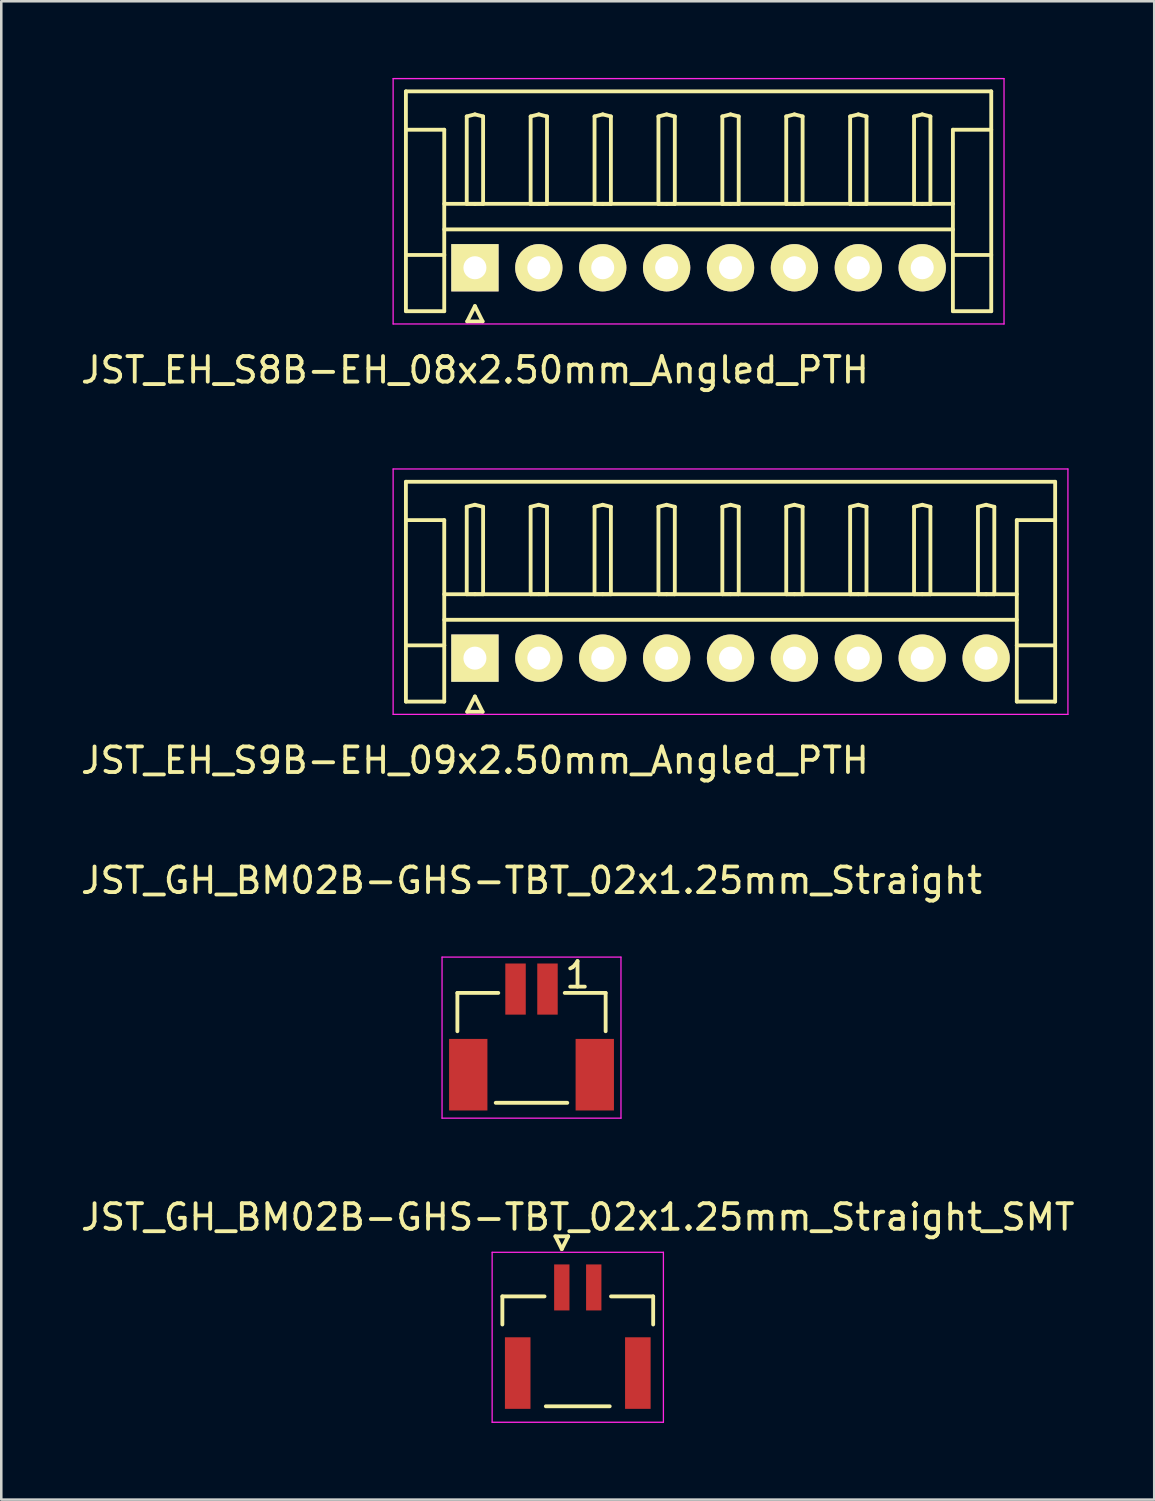
<source format=kicad_pcb>
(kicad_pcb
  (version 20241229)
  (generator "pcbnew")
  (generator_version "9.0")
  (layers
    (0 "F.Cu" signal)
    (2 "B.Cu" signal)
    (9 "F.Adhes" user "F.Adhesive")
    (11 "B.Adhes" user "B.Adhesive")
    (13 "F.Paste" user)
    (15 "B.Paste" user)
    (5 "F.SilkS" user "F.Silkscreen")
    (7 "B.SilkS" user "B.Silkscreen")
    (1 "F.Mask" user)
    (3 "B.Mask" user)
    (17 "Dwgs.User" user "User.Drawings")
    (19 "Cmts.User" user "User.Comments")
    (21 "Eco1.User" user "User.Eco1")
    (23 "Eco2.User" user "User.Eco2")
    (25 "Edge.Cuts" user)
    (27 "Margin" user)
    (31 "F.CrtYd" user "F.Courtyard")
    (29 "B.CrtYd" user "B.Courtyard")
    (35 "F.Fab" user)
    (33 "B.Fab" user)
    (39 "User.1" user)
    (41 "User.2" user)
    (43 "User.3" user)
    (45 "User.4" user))
  (footprint "JST_GH_BM02B-GHS-TBT_02x1.25mm_Straight"
    (layer "F.Cu")
    (at 17.744 40.395)
    (property "Reference" "JST_GH_BM02B-GHS-TBT_02x1.25mm_Straight" (at 0 -9 0) (layer "F.SilkS") (effects (font (size 1 1) (thickness 0.15))))
    (attr smd)
    (fp_line (start -2.9 -4.6) (end -2.9 -3.1) (stroke (width 0.15) (type solid)) (layer "F.SilkS"))
    (fp_line (start -1.3 -4.6) (end -2.9 -4.6) (stroke (width 0.15) (type solid)) (layer "F.SilkS"))
    (fp_line (start 1.4 -0.3) (end -1.4 -0.3) (stroke (width 0.15) (type solid)) (layer "F.SilkS"))
    (fp_line (start 2.9 -4.6) (end 1.3 -4.6) (stroke (width 0.15) (type solid)) (layer "F.SilkS"))
    (fp_line (start 2.9 -3.1) (end 2.9 -4.6) (stroke (width 0.15) (type solid)) (layer "F.SilkS"))
    (fp_line (start -3.5 -6) (end 3.5 -6) (stroke (width 0.05) (type solid)) (layer "F.CrtYd"))
    (fp_line (start -3.5 0.3) (end -3.5 -6) (stroke (width 0.05) (type solid)) (layer "F.CrtYd"))
    (fp_line (start 3.5 -6) (end 3.5 0.3) (stroke (width 0.05) (type solid)) (layer "F.CrtYd"))
    (fp_line (start 3.5 0.3) (end -3.5 0.3) (stroke (width 0.05) (type solid)) (layer "F.CrtYd"))
    (fp_text user "1" (at 1.8 -5.3 0) (layer "F.SilkS") (effects (font (size 1 1) (thickness 0.15))))
    (pad "" smd rect (at -2.475 -1.4) (size 1.5 2.8) (layers "F.Cu" "F.Mask" "F.Paste"))
    (pad "" smd rect (at 2.475 -1.4) (size 1.5 2.8) (layers "F.Cu" "F.Mask" "F.Paste"))
    (pad "1" smd rect (at 0.625 -4.75) (size 0.8 2) (layers "F.Cu" "F.Mask" "F.Paste"))
    (pad "2" smd rect (at -0.625 -4.75) (size 0.8 2) (layers "F.Cu" "F.Mask" "F.Paste")))
  (footprint "JST_EH_S8B-EH_08x2.50mm_Angled_PTH"
    (layer "F.Cu")
    (at 15.53 7.425)
    (property "Reference" "JST_EH_S8B-EH_08x2.50mm_Angled_PTH" (at 0 4 0) (layer "F.SilkS") (effects (font (size 1 1) (thickness 0.15))))
    (attr through_hole)
    (fp_line (start -2.7 -6.9) (end 20.2 -6.9) (stroke (width 0.15) (type solid)) (layer "F.SilkS"))
    (fp_line (start -2.7 -5.4) (end -1.2 -5.4) (stroke (width 0.15) (type solid)) (layer "F.SilkS"))
    (fp_line (start -2.7 1.7) (end -2.7 -6.9) (stroke (width 0.15) (type solid)) (layer "F.SilkS"))
    (fp_line (start -1.2 -5.4) (end -1.2 -0.5) (stroke (width 0.15) (type solid)) (layer "F.SilkS"))
    (fp_line (start -1.2 -2.5) (end 18.7 -2.5) (stroke (width 0.15) (type solid)) (layer "F.SilkS"))
    (fp_line (start -1.2 -1.5) (end 18.7 -1.5) (stroke (width 0.15) (type solid)) (layer "F.SilkS"))
    (fp_line (start -1.2 -0.5) (end -2.7 -0.5) (stroke (width 0.15) (type solid)) (layer "F.SilkS"))
    (fp_line (start -1.2 -0.5) (end -1.2 1.7) (stroke (width 0.15) (type solid)) (layer "F.SilkS"))
    (fp_line (start -1.2 1.7) (end -2.7 1.7) (stroke (width 0.15) (type solid)) (layer "F.SilkS"))
    (fp_line (start -0.32 -5.92) (end 0 -6) (stroke (width 0.15) (type solid)) (layer "F.SilkS"))
    (fp_line (start -0.32 -2.5) (end -0.32 -5.92) (stroke (width 0.15) (type solid)) (layer "F.SilkS"))
    (fp_line (start -0.3 2.1) (end 0.3 2.1) (stroke (width 0.15) (type solid)) (layer "F.SilkS"))
    (fp_line (start 0 -6) (end 0.32 -5.92) (stroke (width 0.15) (type solid)) (layer "F.SilkS"))
    (fp_line (start 0 -2.5) (end -0.32 -2.5) (stroke (width 0.15) (type solid)) (layer "F.SilkS"))
    (fp_line (start 0 1.5) (end -0.3 2.1) (stroke (width 0.15) (type solid)) (layer "F.SilkS"))
    (fp_line (start 0.3 2.1) (end 0 1.5) (stroke (width 0.15) (type solid)) (layer "F.SilkS"))
    (fp_line (start 0.32 -5.92) (end 0.32 -2.5) (stroke (width 0.15) (type solid)) (layer "F.SilkS"))
    (fp_line (start 0.32 -2.5) (end 0 -2.5) (stroke (width 0.15) (type solid)) (layer "F.SilkS"))
    (fp_line (start 2.18 -5.92) (end 2.5 -6) (stroke (width 0.15) (type solid)) (layer "F.SilkS"))
    (fp_line (start 2.18 -2.5) (end 2.18 -5.92) (stroke (width 0.15) (type solid)) (layer "F.SilkS"))
    (fp_line (start 2.5 -6) (end 2.82 -5.92) (stroke (width 0.15) (type solid)) (layer "F.SilkS"))
    (fp_line (start 2.5 -2.5) (end 2.18 -2.5) (stroke (width 0.15) (type solid)) (layer "F.SilkS"))
    (fp_line (start 2.82 -5.92) (end 2.82 -2.5) (stroke (width 0.15) (type solid)) (layer "F.SilkS"))
    (fp_line (start 2.82 -2.5) (end 2.5 -2.5) (stroke (width 0.15) (type solid)) (layer "F.SilkS"))
    (fp_line (start 4.68 -5.92) (end 5 -6) (stroke (width 0.15) (type solid)) (layer "F.SilkS"))
    (fp_line (start 4.68 -2.5) (end 4.68 -5.92) (stroke (width 0.15) (type solid)) (layer "F.SilkS"))
    (fp_line (start 5 -6) (end 5.32 -5.92) (stroke (width 0.15) (type solid)) (layer "F.SilkS"))
    (fp_line (start 5 -2.5) (end 4.68 -2.5) (stroke (width 0.15) (type solid)) (layer "F.SilkS"))
    (fp_line (start 5.32 -5.92) (end 5.32 -2.5) (stroke (width 0.15) (type solid)) (layer "F.SilkS"))
    (fp_line (start 5.32 -2.5) (end 5 -2.5) (stroke (width 0.15) (type solid)) (layer "F.SilkS"))
    (fp_line (start 7.18 -5.92) (end 7.5 -6) (stroke (width 0.15) (type solid)) (layer "F.SilkS"))
    (fp_line (start 7.18 -2.5) (end 7.18 -5.92) (stroke (width 0.15) (type solid)) (layer "F.SilkS"))
    (fp_line (start 7.5 -6) (end 7.82 -5.92) (stroke (width 0.15) (type solid)) (layer "F.SilkS"))
    (fp_line (start 7.5 -2.5) (end 7.18 -2.5) (stroke (width 0.15) (type solid)) (layer "F.SilkS"))
    (fp_line (start 7.82 -5.92) (end 7.82 -2.5) (stroke (width 0.15) (type solid)) (layer "F.SilkS"))
    (fp_line (start 7.82 -2.5) (end 7.5 -2.5) (stroke (width 0.15) (type solid)) (layer "F.SilkS"))
    (fp_line (start 9.68 -5.92) (end 10 -6) (stroke (width 0.15) (type solid)) (layer "F.SilkS"))
    (fp_line (start 9.68 -2.5) (end 9.68 -5.92) (stroke (width 0.15) (type solid)) (layer "F.SilkS"))
    (fp_line (start 10 -6) (end 10.32 -5.92) (stroke (width 0.15) (type solid)) (layer "F.SilkS"))
    (fp_line (start 10 -2.5) (end 9.68 -2.5) (stroke (width 0.15) (type solid)) (layer "F.SilkS"))
    (fp_line (start 10.32 -5.92) (end 10.32 -2.5) (stroke (width 0.15) (type solid)) (layer "F.SilkS"))
    (fp_line (start 10.32 -2.5) (end 10 -2.5) (stroke (width 0.15) (type solid)) (layer "F.SilkS"))
    (fp_line (start 12.18 -5.92) (end 12.5 -6) (stroke (width 0.15) (type solid)) (layer "F.SilkS"))
    (fp_line (start 12.18 -2.5) (end 12.18 -5.92) (stroke (width 0.15) (type solid)) (layer "F.SilkS"))
    (fp_line (start 12.5 -6) (end 12.82 -5.92) (stroke (width 0.15) (type solid)) (layer "F.SilkS"))
    (fp_line (start 12.5 -2.5) (end 12.18 -2.5) (stroke (width 0.15) (type solid)) (layer "F.SilkS"))
    (fp_line (start 12.82 -5.92) (end 12.82 -2.5) (stroke (width 0.15) (type solid)) (layer "F.SilkS"))
    (fp_line (start 12.82 -2.5) (end 12.5 -2.5) (stroke (width 0.15) (type solid)) (layer "F.SilkS"))
    (fp_line (start 14.68 -5.92) (end 15 -6) (stroke (width 0.15) (type solid)) (layer "F.SilkS"))
    (fp_line (start 14.68 -2.5) (end 14.68 -5.92) (stroke (width 0.15) (type solid)) (layer "F.SilkS"))
    (fp_line (start 15 -6) (end 15.32 -5.92) (stroke (width 0.15) (type solid)) (layer "F.SilkS"))
    (fp_line (start 15 -2.5) (end 14.68 -2.5) (stroke (width 0.15) (type solid)) (layer "F.SilkS"))
    (fp_line (start 15.32 -5.92) (end 15.32 -2.5) (stroke (width 0.15) (type solid)) (layer "F.SilkS"))
    (fp_line (start 15.32 -2.5) (end 15 -2.5) (stroke (width 0.15) (type solid)) (layer "F.SilkS"))
    (fp_line (start 17.18 -5.92) (end 17.5 -6) (stroke (width 0.15) (type solid)) (layer "F.SilkS"))
    (fp_line (start 17.18 -2.5) (end 17.18 -5.92) (stroke (width 0.15) (type solid)) (layer "F.SilkS"))
    (fp_line (start 17.5 -6) (end 17.82 -5.92) (stroke (width 0.15) (type solid)) (layer "F.SilkS"))
    (fp_line (start 17.5 -2.5) (end 17.18 -2.5) (stroke (width 0.15) (type solid)) (layer "F.SilkS"))
    (fp_line (start 17.82 -5.92) (end 17.82 -2.5) (stroke (width 0.15) (type solid)) (layer "F.SilkS"))
    (fp_line (start 17.82 -2.5) (end 17.5 -2.5) (stroke (width 0.15) (type solid)) (layer "F.SilkS"))
    (fp_line (start 18.7 -5.4) (end 18.7 -0.5) (stroke (width 0.15) (type solid)) (layer "F.SilkS"))
    (fp_line (start 18.7 -0.5) (end 20.2 -0.5) (stroke (width 0.15) (type solid)) (layer "F.SilkS"))
    (fp_line (start 18.7 1.7) (end 18.7 -0.5) (stroke (width 0.15) (type solid)) (layer "F.SilkS"))
    (fp_line (start 20.2 -6.9) (end 20.2 1.7) (stroke (width 0.15) (type solid)) (layer "F.SilkS"))
    (fp_line (start 20.2 -5.4) (end 18.7 -5.4) (stroke (width 0.15) (type solid)) (layer "F.SilkS"))
    (fp_line (start 20.2 1.7) (end 18.7 1.7) (stroke (width 0.15) (type solid)) (layer "F.SilkS"))
    (fp_line (start -3.2 -7.4) (end -3.2 2.2) (stroke (width 0.05) (type solid)) (layer "F.CrtYd"))
    (fp_line (start -3.2 2.2) (end 20.7 2.2) (stroke (width 0.05) (type solid)) (layer "F.CrtYd"))
    (fp_line (start 20.7 -7.4) (end -3.2 -7.4) (stroke (width 0.05) (type solid)) (layer "F.CrtYd"))
    (fp_line (start 20.7 2.2) (end 20.7 -7.4) (stroke (width 0.05) (type solid)) (layer "F.CrtYd"))
    (pad "1" thru_hole rect (at 0 0) (size 1.85 1.85) (drill 0.9) (layers "*.Cu" "*.Mask" "F.SilkS"))
    (pad "2" thru_hole circle (at 2.5 0) (size 1.85 1.85) (drill 0.9) (layers "*.Cu" "*.Mask" "F.SilkS"))
    (pad "3" thru_hole circle (at 5 0) (size 1.85 1.85) (drill 0.9) (layers "*.Cu" "*.Mask" "F.SilkS"))
    (pad "4" thru_hole circle (at 7.5 0) (size 1.85 1.85) (drill 0.9) (layers "*.Cu" "*.Mask" "F.SilkS"))
    (pad "5" thru_hole circle (at 10 0) (size 1.85 1.85) (drill 0.9) (layers "*.Cu" "*.Mask" "F.SilkS"))
    (pad "6" thru_hole circle (at 12.5 0) (size 1.85 1.85) (drill 0.9) (layers "*.Cu" "*.Mask" "F.SilkS"))
    (pad "7" thru_hole circle (at 15 0) (size 1.85 1.85) (drill 0.9) (layers "*.Cu" "*.Mask" "F.SilkS"))
    (pad "8" thru_hole circle (at 17.5 0) (size 1.85 1.85) (drill 0.9) (layers "*.Cu" "*.Mask" "F.SilkS")))
  (footprint "JST_GH_BM02B-GHS-TBT_02x1.25mm_Straight_SMT"
    (layer "F.Cu")
    (at 19.554 48.993)
    (property "Reference" "JST_GH_BM02B-GHS-TBT_02x1.25mm_Straight_SMT" (at 0 -4.425 0) (layer "F.SilkS") (effects (font (size 1 1) (thickness 0.15))))
    (attr smd)
    (fp_line (start -2.95 -1.325) (end -1.3 -1.325) (stroke (width 0.15) (type solid)) (layer "F.SilkS"))
    (fp_line (start -2.95 -0.225) (end -2.95 -1.325) (stroke (width 0.15) (type solid)) (layer "F.SilkS"))
    (fp_line (start -1.25 2.975) (end 1.25 2.975) (stroke (width 0.15) (type solid)) (layer "F.SilkS"))
    (fp_line (start -0.875 -3.675) (end -0.375 -3.675) (stroke (width 0.15) (type solid)) (layer "F.SilkS"))
    (fp_line (start -0.625 -3.175) (end -0.875 -3.675) (stroke (width 0.15) (type solid)) (layer "F.SilkS"))
    (fp_line (start -0.375 -3.675) (end -0.625 -3.175) (stroke (width 0.15) (type solid)) (layer "F.SilkS"))
    (fp_line (start 2.95 -1.325) (end 1.3 -1.325) (stroke (width 0.15) (type solid)) (layer "F.SilkS"))
    (fp_line (start 2.95 -0.225) (end 2.95 -1.325) (stroke (width 0.15) (type solid)) (layer "F.SilkS"))
    (fp_line (start -3.35 -3.05) (end -3.35 3.6) (stroke (width 0.05) (type solid)) (layer "F.CrtYd"))
    (fp_line (start -3.35 3.6) (end 3.35 3.6) (stroke (width 0.05) (type solid)) (layer "F.CrtYd"))
    (fp_line (start 3.35 -3.05) (end -3.35 -3.05) (stroke (width 0.05) (type solid)) (layer "F.CrtYd"))
    (fp_line (start 3.35 3.6) (end 3.35 -3.05) (stroke (width 0.05) (type solid)) (layer "F.CrtYd"))
    (pad "" smd rect (at -2.35 1.675) (size 1 2.8) (layers "F.Cu" "F.Mask" "F.Paste"))
    (pad "" smd rect (at 2.35 1.675) (size 1 2.8) (layers "F.Cu" "F.Mask" "F.Paste"))
    (pad "1" smd rect (at -0.625 -1.675) (size 0.6 1.8) (layers "F.Cu" "F.Mask" "F.Paste"))
    (pad "2" smd rect (at 0.625 -1.675) (size 0.6 1.8) (layers "F.Cu" "F.Mask" "F.Paste")))
  (footprint "JST_EH_S9B-EH_09x2.50mm_Angled_PTH"
    (layer "F.Cu")
    (at 15.53 22.698)
    (property "Reference" "JST_EH_S9B-EH_09x2.50mm_Angled_PTH" (at 0 4 0) (layer "F.SilkS") (effects (font (size 1 1) (thickness 0.15))))
    (attr through_hole)
    (fp_line (start -2.7 -6.9) (end 22.7 -6.9) (stroke (width 0.15) (type solid)) (layer "F.SilkS"))
    (fp_line (start -2.7 -5.4) (end -1.2 -5.4) (stroke (width 0.15) (type solid)) (layer "F.SilkS"))
    (fp_line (start -2.7 1.7) (end -2.7 -6.9) (stroke (width 0.15) (type solid)) (layer "F.SilkS"))
    (fp_line (start -1.2 -5.4) (end -1.2 -0.5) (stroke (width 0.15) (type solid)) (layer "F.SilkS"))
    (fp_line (start -1.2 -2.5) (end 21.2 -2.5) (stroke (width 0.15) (type solid)) (layer "F.SilkS"))
    (fp_line (start -1.2 -1.5) (end 21.2 -1.5) (stroke (width 0.15) (type solid)) (layer "F.SilkS"))
    (fp_line (start -1.2 -0.5) (end -2.7 -0.5) (stroke (width 0.15) (type solid)) (layer "F.SilkS"))
    (fp_line (start -1.2 -0.5) (end -1.2 1.7) (stroke (width 0.15) (type solid)) (layer "F.SilkS"))
    (fp_line (start -1.2 1.7) (end -2.7 1.7) (stroke (width 0.15) (type solid)) (layer "F.SilkS"))
    (fp_line (start -0.32 -5.92) (end 0 -6) (stroke (width 0.15) (type solid)) (layer "F.SilkS"))
    (fp_line (start -0.32 -2.5) (end -0.32 -5.92) (stroke (width 0.15) (type solid)) (layer "F.SilkS"))
    (fp_line (start -0.3 2.1) (end 0.3 2.1) (stroke (width 0.15) (type solid)) (layer "F.SilkS"))
    (fp_line (start 0 -6) (end 0.32 -5.92) (stroke (width 0.15) (type solid)) (layer "F.SilkS"))
    (fp_line (start 0 -2.5) (end -0.32 -2.5) (stroke (width 0.15) (type solid)) (layer "F.SilkS"))
    (fp_line (start 0 1.5) (end -0.3 2.1) (stroke (width 0.15) (type solid)) (layer "F.SilkS"))
    (fp_line (start 0.3 2.1) (end 0 1.5) (stroke (width 0.15) (type solid)) (layer "F.SilkS"))
    (fp_line (start 0.32 -5.92) (end 0.32 -2.5) (stroke (width 0.15) (type solid)) (layer "F.SilkS"))
    (fp_line (start 0.32 -2.5) (end 0 -2.5) (stroke (width 0.15) (type solid)) (layer "F.SilkS"))
    (fp_line (start 2.18 -5.92) (end 2.5 -6) (stroke (width 0.15) (type solid)) (layer "F.SilkS"))
    (fp_line (start 2.18 -2.5) (end 2.18 -5.92) (stroke (width 0.15) (type solid)) (layer "F.SilkS"))
    (fp_line (start 2.5 -6) (end 2.82 -5.92) (stroke (width 0.15) (type solid)) (layer "F.SilkS"))
    (fp_line (start 2.5 -2.5) (end 2.18 -2.5) (stroke (width 0.15) (type solid)) (layer "F.SilkS"))
    (fp_line (start 2.82 -5.92) (end 2.82 -2.5) (stroke (width 0.15) (type solid)) (layer "F.SilkS"))
    (fp_line (start 2.82 -2.5) (end 2.5 -2.5) (stroke (width 0.15) (type solid)) (layer "F.SilkS"))
    (fp_line (start 4.68 -5.92) (end 5 -6) (stroke (width 0.15) (type solid)) (layer "F.SilkS"))
    (fp_line (start 4.68 -2.5) (end 4.68 -5.92) (stroke (width 0.15) (type solid)) (layer "F.SilkS"))
    (fp_line (start 5 -6) (end 5.32 -5.92) (stroke (width 0.15) (type solid)) (layer "F.SilkS"))
    (fp_line (start 5 -2.5) (end 4.68 -2.5) (stroke (width 0.15) (type solid)) (layer "F.SilkS"))
    (fp_line (start 5.32 -5.92) (end 5.32 -2.5) (stroke (width 0.15) (type solid)) (layer "F.SilkS"))
    (fp_line (start 5.32 -2.5) (end 5 -2.5) (stroke (width 0.15) (type solid)) (layer "F.SilkS"))
    (fp_line (start 7.18 -5.92) (end 7.5 -6) (stroke (width 0.15) (type solid)) (layer "F.SilkS"))
    (fp_line (start 7.18 -2.5) (end 7.18 -5.92) (stroke (width 0.15) (type solid)) (layer "F.SilkS"))
    (fp_line (start 7.5 -6) (end 7.82 -5.92) (stroke (width 0.15) (type solid)) (layer "F.SilkS"))
    (fp_line (start 7.5 -2.5) (end 7.18 -2.5) (stroke (width 0.15) (type solid)) (layer "F.SilkS"))
    (fp_line (start 7.82 -5.92) (end 7.82 -2.5) (stroke (width 0.15) (type solid)) (layer "F.SilkS"))
    (fp_line (start 7.82 -2.5) (end 7.5 -2.5) (stroke (width 0.15) (type solid)) (layer "F.SilkS"))
    (fp_line (start 9.68 -5.92) (end 10 -6) (stroke (width 0.15) (type solid)) (layer "F.SilkS"))
    (fp_line (start 9.68 -2.5) (end 9.68 -5.92) (stroke (width 0.15) (type solid)) (layer "F.SilkS"))
    (fp_line (start 10 -6) (end 10.32 -5.92) (stroke (width 0.15) (type solid)) (layer "F.SilkS"))
    (fp_line (start 10 -2.5) (end 9.68 -2.5) (stroke (width 0.15) (type solid)) (layer "F.SilkS"))
    (fp_line (start 10.32 -5.92) (end 10.32 -2.5) (stroke (width 0.15) (type solid)) (layer "F.SilkS"))
    (fp_line (start 10.32 -2.5) (end 10 -2.5) (stroke (width 0.15) (type solid)) (layer "F.SilkS"))
    (fp_line (start 12.18 -5.92) (end 12.5 -6) (stroke (width 0.15) (type solid)) (layer "F.SilkS"))
    (fp_line (start 12.18 -2.5) (end 12.18 -5.92) (stroke (width 0.15) (type solid)) (layer "F.SilkS"))
    (fp_line (start 12.5 -6) (end 12.82 -5.92) (stroke (width 0.15) (type solid)) (layer "F.SilkS"))
    (fp_line (start 12.5 -2.5) (end 12.18 -2.5) (stroke (width 0.15) (type solid)) (layer "F.SilkS"))
    (fp_line (start 12.82 -5.92) (end 12.82 -2.5) (stroke (width 0.15) (type solid)) (layer "F.SilkS"))
    (fp_line (start 12.82 -2.5) (end 12.5 -2.5) (stroke (width 0.15) (type solid)) (layer "F.SilkS"))
    (fp_line (start 14.68 -5.92) (end 15 -6) (stroke (width 0.15) (type solid)) (layer "F.SilkS"))
    (fp_line (start 14.68 -2.5) (end 14.68 -5.92) (stroke (width 0.15) (type solid)) (layer "F.SilkS"))
    (fp_line (start 15 -6) (end 15.32 -5.92) (stroke (width 0.15) (type solid)) (layer "F.SilkS"))
    (fp_line (start 15 -2.5) (end 14.68 -2.5) (stroke (width 0.15) (type solid)) (layer "F.SilkS"))
    (fp_line (start 15.32 -5.92) (end 15.32 -2.5) (stroke (width 0.15) (type solid)) (layer "F.SilkS"))
    (fp_line (start 15.32 -2.5) (end 15 -2.5) (stroke (width 0.15) (type solid)) (layer "F.SilkS"))
    (fp_line (start 17.18 -5.92) (end 17.5 -6) (stroke (width 0.15) (type solid)) (layer "F.SilkS"))
    (fp_line (start 17.18 -2.5) (end 17.18 -5.92) (stroke (width 0.15) (type solid)) (layer "F.SilkS"))
    (fp_line (start 17.5 -6) (end 17.82 -5.92) (stroke (width 0.15) (type solid)) (layer "F.SilkS"))
    (fp_line (start 17.5 -2.5) (end 17.18 -2.5) (stroke (width 0.15) (type solid)) (layer "F.SilkS"))
    (fp_line (start 17.82 -5.92) (end 17.82 -2.5) (stroke (width 0.15) (type solid)) (layer "F.SilkS"))
    (fp_line (start 17.82 -2.5) (end 17.5 -2.5) (stroke (width 0.15) (type solid)) (layer "F.SilkS"))
    (fp_line (start 19.68 -5.92) (end 20 -6) (stroke (width 0.15) (type solid)) (layer "F.SilkS"))
    (fp_line (start 19.68 -2.5) (end 19.68 -5.92) (stroke (width 0.15) (type solid)) (layer "F.SilkS"))
    (fp_line (start 20 -6) (end 20.32 -5.92) (stroke (width 0.15) (type solid)) (layer "F.SilkS"))
    (fp_line (start 20 -2.5) (end 19.68 -2.5) (stroke (width 0.15) (type solid)) (layer "F.SilkS"))
    (fp_line (start 20.32 -5.92) (end 20.32 -2.5) (stroke (width 0.15) (type solid)) (layer "F.SilkS"))
    (fp_line (start 20.32 -2.5) (end 20 -2.5) (stroke (width 0.15) (type solid)) (layer "F.SilkS"))
    (fp_line (start 21.2 -5.4) (end 21.2 -0.5) (stroke (width 0.15) (type solid)) (layer "F.SilkS"))
    (fp_line (start 21.2 -0.5) (end 22.7 -0.5) (stroke (width 0.15) (type solid)) (layer "F.SilkS"))
    (fp_line (start 21.2 1.7) (end 21.2 -0.5) (stroke (width 0.15) (type solid)) (layer "F.SilkS"))
    (fp_line (start 22.7 -6.9) (end 22.7 1.7) (stroke (width 0.15) (type solid)) (layer "F.SilkS"))
    (fp_line (start 22.7 -5.4) (end 21.2 -5.4) (stroke (width 0.15) (type solid)) (layer "F.SilkS"))
    (fp_line (start 22.7 1.7) (end 21.2 1.7) (stroke (width 0.15) (type solid)) (layer "F.SilkS"))
    (fp_line (start -3.2 -7.4) (end -3.2 2.2) (stroke (width 0.05) (type solid)) (layer "F.CrtYd"))
    (fp_line (start -3.2 2.2) (end 23.2 2.2) (stroke (width 0.05) (type solid)) (layer "F.CrtYd"))
    (fp_line (start 23.2 -7.4) (end -3.2 -7.4) (stroke (width 0.05) (type solid)) (layer "F.CrtYd"))
    (fp_line (start 23.2 2.2) (end 23.2 -7.4) (stroke (width 0.05) (type solid)) (layer "F.CrtYd"))
    (pad "1" thru_hole rect (at 0 0) (size 1.85 1.85) (drill 0.9) (layers "*.Cu" "*.Mask" "F.SilkS"))
    (pad "2" thru_hole circle (at 2.5 0) (size 1.85 1.85) (drill 0.9) (layers "*.Cu" "*.Mask" "F.SilkS"))
    (pad "3" thru_hole circle (at 5 0) (size 1.85 1.85) (drill 0.9) (layers "*.Cu" "*.Mask" "F.SilkS"))
    (pad "4" thru_hole circle (at 7.5 0) (size 1.85 1.85) (drill 0.9) (layers "*.Cu" "*.Mask" "F.SilkS"))
    (pad "5" thru_hole circle (at 10 0) (size 1.85 1.85) (drill 0.9) (layers "*.Cu" "*.Mask" "F.SilkS"))
    (pad "6" thru_hole circle (at 12.5 0) (size 1.85 1.85) (drill 0.9) (layers "*.Cu" "*.Mask" "F.SilkS"))
    (pad "7" thru_hole circle (at 15 0) (size 1.85 1.85) (drill 0.9) (layers "*.Cu" "*.Mask" "F.SilkS"))
    (pad "8" thru_hole circle (at 17.5 0) (size 1.85 1.85) (drill 0.9) (layers "*.Cu" "*.Mask" "F.SilkS"))
    (pad "9" thru_hole circle (at 20 0) (size 1.85 1.85) (drill 0.9) (layers "*.Cu" "*.Mask" "F.SilkS")))
  (gr_rect
    (start -3 -3)
    (end 42.107 55.618)
    (stroke (width 0.1) (type default))
    (fill no)
    (layer "Edge.Cuts")))
</source>
